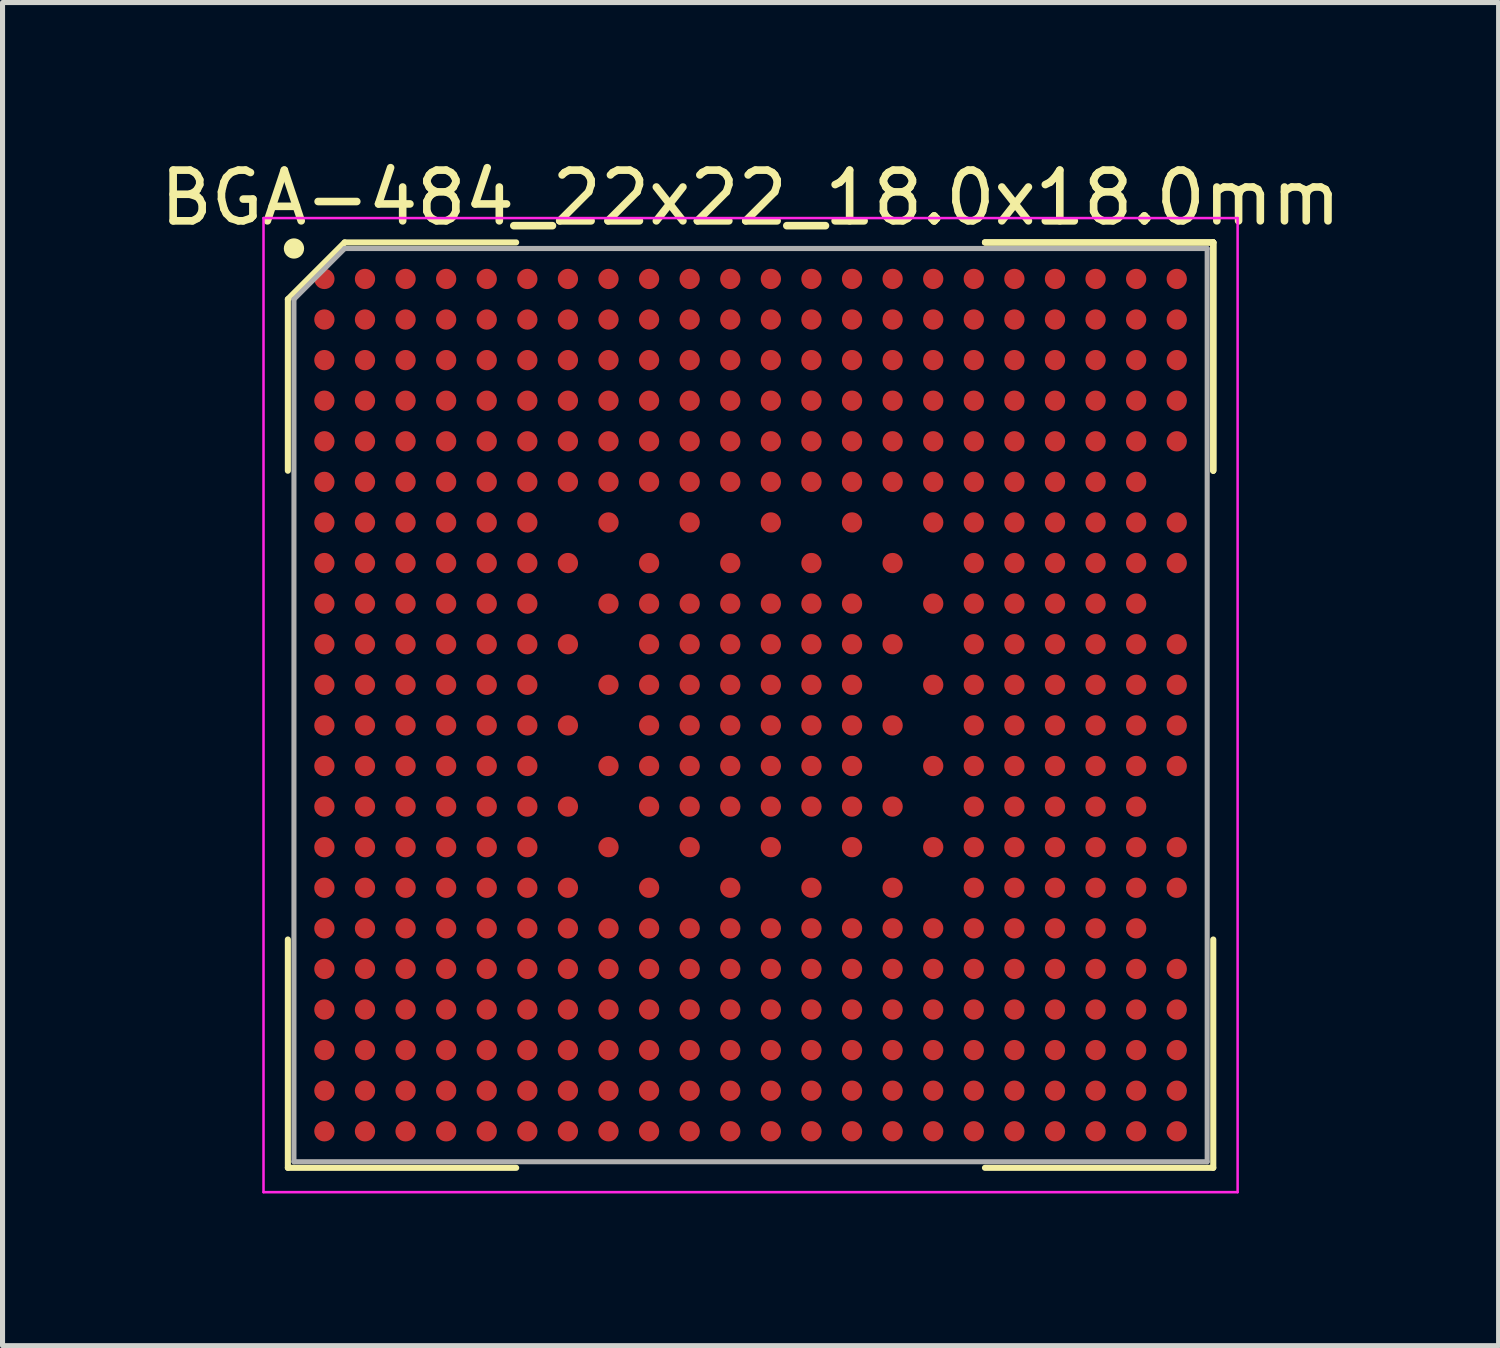
<source format=kicad_pcb>
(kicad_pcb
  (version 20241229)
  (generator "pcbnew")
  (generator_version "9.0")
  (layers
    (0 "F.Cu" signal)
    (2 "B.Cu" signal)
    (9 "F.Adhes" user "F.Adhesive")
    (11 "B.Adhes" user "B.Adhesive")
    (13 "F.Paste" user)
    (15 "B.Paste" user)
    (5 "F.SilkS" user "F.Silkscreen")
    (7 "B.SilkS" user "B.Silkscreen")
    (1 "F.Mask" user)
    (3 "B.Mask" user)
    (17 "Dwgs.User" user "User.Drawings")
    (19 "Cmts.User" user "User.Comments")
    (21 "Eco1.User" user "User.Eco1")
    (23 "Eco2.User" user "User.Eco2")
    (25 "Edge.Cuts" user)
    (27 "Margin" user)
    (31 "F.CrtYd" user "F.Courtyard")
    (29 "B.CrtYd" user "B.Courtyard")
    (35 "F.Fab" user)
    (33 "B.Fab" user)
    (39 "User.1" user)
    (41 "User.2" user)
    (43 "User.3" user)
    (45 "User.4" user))
  (footprint "BGA-484_22x22_18.0x18.0mm"
    (layer "F.Cu")
    (at 11.744 10.848)
    (property "Reference" "BGA-484_22x22_18.0x18.0mm" (at 0 -10 0) (layer "F.SilkS") (effects (font (size 1 1) (thickness 0.15))))
    (attr smd)
    (fp_line (start -9.12 -8) (end -9.12 -4.62) (stroke (width 0.12) (type solid)) (layer "F.SilkS"))
    (fp_line (start -9.12 9.12) (end -9.12 4.62) (stroke (width 0.12) (type solid)) (layer "F.SilkS"))
    (fp_line (start -8 -9.12) (end -9.12 -8) (stroke (width 0.12) (type solid)) (layer "F.SilkS"))
    (fp_line (start -4.62 -9.12) (end -8 -9.12) (stroke (width 0.12) (type solid)) (layer "F.SilkS"))
    (fp_line (start -4.62 9.12) (end -9.12 9.12) (stroke (width 0.12) (type solid)) (layer "F.SilkS"))
    (fp_line (start 4.62 -9.12) (end 9.12 -9.12) (stroke (width 0.12) (type solid)) (layer "F.SilkS"))
    (fp_line (start 4.62 -9.12) (end 9.12 -9.12) (stroke (width 0.12) (type solid)) (layer "F.SilkS"))
    (fp_line (start 4.62 -9.12) (end 9.12 -9.12) (stroke (width 0.12) (type solid)) (layer "F.SilkS"))
    (fp_line (start 4.62 9.12) (end 9.12 9.12) (stroke (width 0.12) (type solid)) (layer "F.SilkS"))
    (fp_line (start 9.12 -9.12) (end 9.12 -4.62) (stroke (width 0.12) (type solid)) (layer "F.SilkS"))
    (fp_line (start 9.12 -9.12) (end 9.12 -4.62) (stroke (width 0.12) (type solid)) (layer "F.SilkS"))
    (fp_line (start 9.12 -9.12) (end 9.12 -4.62) (stroke (width 0.12) (type solid)) (layer "F.SilkS"))
    (fp_line (start 9.12 9.12) (end 9.12 4.62) (stroke (width 0.12) (type solid)) (layer "F.SilkS"))
    (fp_circle (center -9 -9) (end -9 -8.9) (stroke (width 0.2) (type solid)) (fill no) (layer "F.SilkS"))
    (fp_line (start -9.6 -9.6) (end 9.6 -9.6) (stroke (width 0.05) (type solid)) (layer "F.CrtYd"))
    (fp_line (start -9.6 9.6) (end -9.6 -9.6) (stroke (width 0.05) (type solid)) (layer "F.CrtYd"))
    (fp_line (start 9.6 -9.6) (end 9.6 9.6) (stroke (width 0.05) (type solid)) (layer "F.CrtYd"))
    (fp_line (start 9.6 9.6) (end -9.6 9.6) (stroke (width 0.05) (type solid)) (layer "F.CrtYd"))
    (fp_line (start -9 -8) (end -9 9) (stroke (width 0.1) (type solid)) (layer "F.Fab"))
    (fp_line (start -9 9) (end 9 9) (stroke (width 0.1) (type solid)) (layer "F.Fab"))
    (fp_line (start -8 -9) (end -9 -8) (stroke (width 0.1) (type solid)) (layer "F.Fab"))
    (fp_line (start 9 -9) (end -8 -9) (stroke (width 0.1) (type solid)) (layer "F.Fab"))
    (fp_line (start 9 9) (end 9 -9) (stroke (width 0.1) (type solid)) (layer "F.Fab"))
    (pad "A1" smd circle (at -8.4 -8.4) (size 0.4 0.4) (layers "F.Cu" "F.Mask" "F.Paste"))
    (pad "A2" smd circle (at -7.6 -8.4) (size 0.4 0.4) (layers "F.Cu" "F.Mask" "F.Paste"))
    (pad "A3" smd circle (at -6.8 -8.4) (size 0.4 0.4) (layers "F.Cu" "F.Mask" "F.Paste"))
    (pad "A4" smd circle (at -6 -8.4) (size 0.4 0.4) (layers "F.Cu" "F.Mask" "F.Paste"))
    (pad "A5" smd circle (at -5.2 -8.4) (size 0.4 0.4) (layers "F.Cu" "F.Mask" "F.Paste"))
    (pad "A6" smd circle (at -4.4 -8.4) (size 0.4 0.4) (layers "F.Cu" "F.Mask" "F.Paste"))
    (pad "A7" smd circle (at -3.6 -8.4) (size 0.4 0.4) (layers "F.Cu" "F.Mask" "F.Paste"))
    (pad "A8" smd circle (at -2.8 -8.4) (size 0.4 0.4) (layers "F.Cu" "F.Mask" "F.Paste"))
    (pad "A9" smd circle (at -2 -8.4) (size 0.4 0.4) (layers "F.Cu" "F.Mask" "F.Paste"))
    (pad "A10" smd circle (at -1.2 -8.4) (size 0.4 0.4) (layers "F.Cu" "F.Mask" "F.Paste"))
    (pad "A11" smd circle (at -0.4 -8.4) (size 0.4 0.4) (layers "F.Cu" "F.Mask" "F.Paste"))
    (pad "A12" smd circle (at 0.4 -8.4) (size 0.4 0.4) (layers "F.Cu" "F.Mask" "F.Paste"))
    (pad "A13" smd circle (at 1.2 -8.4) (size 0.4 0.4) (layers "F.Cu" "F.Mask" "F.Paste"))
    (pad "A14" smd circle (at 2 -8.4) (size 0.4 0.4) (layers "F.Cu" "F.Mask" "F.Paste"))
    (pad "A15" smd circle (at 2.8 -8.4) (size 0.4 0.4) (layers "F.Cu" "F.Mask" "F.Paste"))
    (pad "A16" smd circle (at 3.6 -8.4) (size 0.4 0.4) (layers "F.Cu" "F.Mask" "F.Paste"))
    (pad "A17" smd circle (at 4.4 -8.4) (size 0.4 0.4) (layers "F.Cu" "F.Mask" "F.Paste"))
    (pad "A18" smd circle (at 5.2 -8.4) (size 0.4 0.4) (layers "F.Cu" "F.Mask" "F.Paste"))
    (pad "A19" smd circle (at 6 -8.4) (size 0.4 0.4) (layers "F.Cu" "F.Mask" "F.Paste"))
    (pad "A20" smd circle (at 6.8 -8.4) (size 0.4 0.4) (layers "F.Cu" "F.Mask" "F.Paste"))
    (pad "A21" smd circle (at 7.6 -8.4) (size 0.4 0.4) (layers "F.Cu" "F.Mask" "F.Paste"))
    (pad "A22" smd circle (at 8.4 -8.4) (size 0.4 0.4) (layers "F.Cu" "F.Mask" "F.Paste"))
    (pad "AA1" smd circle (at -8.4 7.6) (size 0.4 0.4) (layers "F.Cu" "F.Mask" "F.Paste"))
    (pad "AA2" smd circle (at -7.6 7.6) (size 0.4 0.4) (layers "F.Cu" "F.Mask" "F.Paste"))
    (pad "AA3" smd circle (at -6.8 7.6) (size 0.4 0.4) (layers "F.Cu" "F.Mask" "F.Paste"))
    (pad "AA4" smd circle (at -6 7.6) (size 0.4 0.4) (layers "F.Cu" "F.Mask" "F.Paste"))
    (pad "AA5" smd circle (at -5.2 7.6) (size 0.4 0.4) (layers "F.Cu" "F.Mask" "F.Paste"))
    (pad "AA6" smd circle (at -4.4 7.6) (size 0.4 0.4) (layers "F.Cu" "F.Mask" "F.Paste"))
    (pad "AA7" smd circle (at -3.6 7.6) (size 0.4 0.4) (layers "F.Cu" "F.Mask" "F.Paste"))
    (pad "AA8" smd circle (at -2.8 7.6) (size 0.4 0.4) (layers "F.Cu" "F.Mask" "F.Paste"))
    (pad "AA9" smd circle (at -2 7.6) (size 0.4 0.4) (layers "F.Cu" "F.Mask" "F.Paste"))
    (pad "AA10" smd circle (at -1.2 7.6) (size 0.4 0.4) (layers "F.Cu" "F.Mask" "F.Paste"))
    (pad "AA11" smd circle (at -0.4 7.6) (size 0.4 0.4) (layers "F.Cu" "F.Mask" "F.Paste"))
    (pad "AA12" smd circle (at 0.4 7.6) (size 0.4 0.4) (layers "F.Cu" "F.Mask" "F.Paste"))
    (pad "AA13" smd circle (at 1.2 7.6) (size 0.4 0.4) (layers "F.Cu" "F.Mask" "F.Paste"))
    (pad "AA14" smd circle (at 2 7.6) (size 0.4 0.4) (layers "F.Cu" "F.Mask" "F.Paste"))
    (pad "AA15" smd circle (at 2.8 7.6) (size 0.4 0.4) (layers "F.Cu" "F.Mask" "F.Paste"))
    (pad "AA16" smd circle (at 3.6 7.6) (size 0.4 0.4) (layers "F.Cu" "F.Mask" "F.Paste"))
    (pad "AA17" smd circle (at 4.4 7.6) (size 0.4 0.4) (layers "F.Cu" "F.Mask" "F.Paste"))
    (pad "AA18" smd circle (at 5.2 7.6) (size 0.4 0.4) (layers "F.Cu" "F.Mask" "F.Paste"))
    (pad "AA19" smd circle (at 6 7.6) (size 0.4 0.4) (layers "F.Cu" "F.Mask" "F.Paste"))
    (pad "AA20" smd circle (at 6.8 7.6) (size 0.4 0.4) (layers "F.Cu" "F.Mask" "F.Paste"))
    (pad "AA21" smd circle (at 7.6 7.6) (size 0.4 0.4) (layers "F.Cu" "F.Mask" "F.Paste"))
    (pad "AA22" smd circle (at 8.4 7.6) (size 0.4 0.4) (layers "F.Cu" "F.Mask" "F.Paste"))
    (pad "AB1" smd circle (at -8.4 8.4) (size 0.4 0.4) (layers "F.Cu" "F.Mask" "F.Paste"))
    (pad "AB2" smd circle (at -7.6 8.4) (size 0.4 0.4) (layers "F.Cu" "F.Mask" "F.Paste"))
    (pad "AB3" smd circle (at -6.8 8.4) (size 0.4 0.4) (layers "F.Cu" "F.Mask" "F.Paste"))
    (pad "AB4" smd circle (at -6 8.4) (size 0.4 0.4) (layers "F.Cu" "F.Mask" "F.Paste"))
    (pad "AB5" smd circle (at -5.2 8.4) (size 0.4 0.4) (layers "F.Cu" "F.Mask" "F.Paste"))
    (pad "AB6" smd circle (at -4.4 8.4) (size 0.4 0.4) (layers "F.Cu" "F.Mask" "F.Paste"))
    (pad "AB7" smd circle (at -3.6 8.4) (size 0.4 0.4) (layers "F.Cu" "F.Mask" "F.Paste"))
    (pad "AB8" smd circle (at -2.8 8.4) (size 0.4 0.4) (layers "F.Cu" "F.Mask" "F.Paste"))
    (pad "AB9" smd circle (at -2 8.4) (size 0.4 0.4) (layers "F.Cu" "F.Mask" "F.Paste"))
    (pad "AB10" smd circle (at -1.2 8.4) (size 0.4 0.4) (layers "F.Cu" "F.Mask" "F.Paste"))
    (pad "AB11" smd circle (at -0.4 8.4) (size 0.4 0.4) (layers "F.Cu" "F.Mask" "F.Paste"))
    (pad "AB12" smd circle (at 0.4 8.4) (size 0.4 0.4) (layers "F.Cu" "F.Mask" "F.Paste"))
    (pad "AB13" smd circle (at 1.2 8.4) (size 0.4 0.4) (layers "F.Cu" "F.Mask" "F.Paste"))
    (pad "AB14" smd circle (at 2 8.4) (size 0.4 0.4) (layers "F.Cu" "F.Mask" "F.Paste"))
    (pad "AB15" smd circle (at 2.8 8.4) (size 0.4 0.4) (layers "F.Cu" "F.Mask" "F.Paste"))
    (pad "AB16" smd circle (at 3.6 8.4) (size 0.4 0.4) (layers "F.Cu" "F.Mask" "F.Paste"))
    (pad "AB17" smd circle (at 4.4 8.4) (size 0.4 0.4) (layers "F.Cu" "F.Mask" "F.Paste"))
    (pad "AB18" smd circle (at 5.2 8.4) (size 0.4 0.4) (layers "F.Cu" "F.Mask" "F.Paste"))
    (pad "AB19" smd circle (at 6 8.4) (size 0.4 0.4) (layers "F.Cu" "F.Mask" "F.Paste"))
    (pad "AB20" smd circle (at 6.8 8.4) (size 0.4 0.4) (layers "F.Cu" "F.Mask" "F.Paste"))
    (pad "AB21" smd circle (at 7.6 8.4) (size 0.4 0.4) (layers "F.Cu" "F.Mask" "F.Paste"))
    (pad "AB22" smd circle (at 8.4 8.4) (size 0.4 0.4) (layers "F.Cu" "F.Mask" "F.Paste"))
    (pad "B1" smd circle (at -8.4 -7.6) (size 0.4 0.4) (layers "F.Cu" "F.Mask" "F.Paste"))
    (pad "B2" smd circle (at -7.6 -7.6) (size 0.4 0.4) (layers "F.Cu" "F.Mask" "F.Paste"))
    (pad "B3" smd circle (at -6.8 -7.6) (size 0.4 0.4) (layers "F.Cu" "F.Mask" "F.Paste"))
    (pad "B4" smd circle (at -6 -7.6) (size 0.4 0.4) (layers "F.Cu" "F.Mask" "F.Paste"))
    (pad "B5" smd circle (at -5.2 -7.6) (size 0.4 0.4) (layers "F.Cu" "F.Mask" "F.Paste"))
    (pad "B6" smd circle (at -4.4 -7.6) (size 0.4 0.4) (layers "F.Cu" "F.Mask" "F.Paste"))
    (pad "B7" smd circle (at -3.6 -7.6) (size 0.4 0.4) (layers "F.Cu" "F.Mask" "F.Paste"))
    (pad "B8" smd circle (at -2.8 -7.6) (size 0.4 0.4) (layers "F.Cu" "F.Mask" "F.Paste"))
    (pad "B9" smd circle (at -2 -7.6) (size 0.4 0.4) (layers "F.Cu" "F.Mask" "F.Paste"))
    (pad "B10" smd circle (at -1.2 -7.6) (size 0.4 0.4) (layers "F.Cu" "F.Mask" "F.Paste"))
    (pad "B11" smd circle (at -0.4 -7.6) (size 0.4 0.4) (layers "F.Cu" "F.Mask" "F.Paste"))
    (pad "B12" smd circle (at 0.4 -7.6) (size 0.4 0.4) (layers "F.Cu" "F.Mask" "F.Paste"))
    (pad "B13" smd circle (at 1.2 -7.6) (size 0.4 0.4) (layers "F.Cu" "F.Mask" "F.Paste"))
    (pad "B14" smd circle (at 2 -7.6) (size 0.4 0.4) (layers "F.Cu" "F.Mask" "F.Paste"))
    (pad "B15" smd circle (at 2.8 -7.6) (size 0.4 0.4) (layers "F.Cu" "F.Mask" "F.Paste"))
    (pad "B16" smd circle (at 3.6 -7.6) (size 0.4 0.4) (layers "F.Cu" "F.Mask" "F.Paste"))
    (pad "B17" smd circle (at 4.4 -7.6) (size 0.4 0.4) (layers "F.Cu" "F.Mask" "F.Paste"))
    (pad "B18" smd circle (at 5.2 -7.6) (size 0.4 0.4) (layers "F.Cu" "F.Mask" "F.Paste"))
    (pad "B19" smd circle (at 6 -7.6) (size 0.4 0.4) (layers "F.Cu" "F.Mask" "F.Paste"))
    (pad "B20" smd circle (at 6.8 -7.6) (size 0.4 0.4) (layers "F.Cu" "F.Mask" "F.Paste"))
    (pad "B21" smd circle (at 7.6 -7.6) (size 0.4 0.4) (layers "F.Cu" "F.Mask" "F.Paste"))
    (pad "B22" smd circle (at 8.4 -7.6) (size 0.4 0.4) (layers "F.Cu" "F.Mask" "F.Paste"))
    (pad "C1" smd circle (at -8.4 -6.8) (size 0.4 0.4) (layers "F.Cu" "F.Mask" "F.Paste"))
    (pad "C2" smd circle (at -7.6 -6.8) (size 0.4 0.4) (layers "F.Cu" "F.Mask" "F.Paste"))
    (pad "C3" smd circle (at -6.8 -6.8) (size 0.4 0.4) (layers "F.Cu" "F.Mask" "F.Paste"))
    (pad "C4" smd circle (at -6 -6.8) (size 0.4 0.4) (layers "F.Cu" "F.Mask" "F.Paste"))
    (pad "C5" smd circle (at -5.2 -6.8) (size 0.4 0.4) (layers "F.Cu" "F.Mask" "F.Paste"))
    (pad "C6" smd circle (at -4.4 -6.8) (size 0.4 0.4) (layers "F.Cu" "F.Mask" "F.Paste"))
    (pad "C7" smd circle (at -3.6 -6.8) (size 0.4 0.4) (layers "F.Cu" "F.Mask" "F.Paste"))
    (pad "C8" smd circle (at -2.8 -6.8) (size 0.4 0.4) (layers "F.Cu" "F.Mask" "F.Paste"))
    (pad "C9" smd circle (at -2 -6.8) (size 0.4 0.4) (layers "F.Cu" "F.Mask" "F.Paste"))
    (pad "C10" smd circle (at -1.2 -6.8) (size 0.4 0.4) (layers "F.Cu" "F.Mask" "F.Paste"))
    (pad "C11" smd circle (at -0.4 -6.8) (size 0.4 0.4) (layers "F.Cu" "F.Mask" "F.Paste"))
    (pad "C12" smd circle (at 0.4 -6.8) (size 0.4 0.4) (layers "F.Cu" "F.Mask" "F.Paste"))
    (pad "C13" smd circle (at 1.2 -6.8) (size 0.4 0.4) (layers "F.Cu" "F.Mask" "F.Paste"))
    (pad "C14" smd circle (at 2 -6.8) (size 0.4 0.4) (layers "F.Cu" "F.Mask" "F.Paste"))
    (pad "C15" smd circle (at 2.8 -6.8) (size 0.4 0.4) (layers "F.Cu" "F.Mask" "F.Paste"))
    (pad "C16" smd circle (at 3.6 -6.8) (size 0.4 0.4) (layers "F.Cu" "F.Mask" "F.Paste"))
    (pad "C17" smd circle (at 4.4 -6.8) (size 0.4 0.4) (layers "F.Cu" "F.Mask" "F.Paste"))
    (pad "C18" smd circle (at 5.2 -6.8) (size 0.4 0.4) (layers "F.Cu" "F.Mask" "F.Paste"))
    (pad "C19" smd circle (at 6 -6.8) (size 0.4 0.4) (layers "F.Cu" "F.Mask" "F.Paste"))
    (pad "C20" smd circle (at 6.8 -6.8) (size 0.4 0.4) (layers "F.Cu" "F.Mask" "F.Paste"))
    (pad "C21" smd circle (at 7.6 -6.8) (size 0.4 0.4) (layers "F.Cu" "F.Mask" "F.Paste"))
    (pad "C22" smd circle (at 8.4 -6.8) (size 0.4 0.4) (layers "F.Cu" "F.Mask" "F.Paste"))
    (pad "D1" smd circle (at -8.4 -6) (size 0.4 0.4) (layers "F.Cu" "F.Mask" "F.Paste"))
    (pad "D2" smd circle (at -7.6 -6) (size 0.4 0.4) (layers "F.Cu" "F.Mask" "F.Paste"))
    (pad "D3" smd circle (at -6.8 -6) (size 0.4 0.4) (layers "F.Cu" "F.Mask" "F.Paste"))
    (pad "D4" smd circle (at -6 -6) (size 0.4 0.4) (layers "F.Cu" "F.Mask" "F.Paste"))
    (pad "D5" smd circle (at -5.2 -6) (size 0.4 0.4) (layers "F.Cu" "F.Mask" "F.Paste"))
    (pad "D6" smd circle (at -4.4 -6) (size 0.4 0.4) (layers "F.Cu" "F.Mask" "F.Paste"))
    (pad "D7" smd circle (at -3.6 -6) (size 0.4 0.4) (layers "F.Cu" "F.Mask" "F.Paste"))
    (pad "D8" smd circle (at -2.8 -6) (size 0.4 0.4) (layers "F.Cu" "F.Mask" "F.Paste"))
    (pad "D9" smd circle (at -2 -6) (size 0.4 0.4) (layers "F.Cu" "F.Mask" "F.Paste"))
    (pad "D10" smd circle (at -1.2 -6) (size 0.4 0.4) (layers "F.Cu" "F.Mask" "F.Paste"))
    (pad "D11" smd circle (at -0.4 -6) (size 0.4 0.4) (layers "F.Cu" "F.Mask" "F.Paste"))
    (pad "D12" smd circle (at 0.4 -6) (size 0.4 0.4) (layers "F.Cu" "F.Mask" "F.Paste"))
    (pad "D13" smd circle (at 1.2 -6) (size 0.4 0.4) (layers "F.Cu" "F.Mask" "F.Paste"))
    (pad "D14" smd circle (at 2 -6) (size 0.4 0.4) (layers "F.Cu" "F.Mask" "F.Paste"))
    (pad "D15" smd circle (at 2.8 -6) (size 0.4 0.4) (layers "F.Cu" "F.Mask" "F.Paste"))
    (pad "D16" smd circle (at 3.6 -6) (size 0.4 0.4) (layers "F.Cu" "F.Mask" "F.Paste"))
    (pad "D17" smd circle (at 4.4 -6) (size 0.4 0.4) (layers "F.Cu" "F.Mask" "F.Paste"))
    (pad "D18" smd circle (at 5.2 -6) (size 0.4 0.4) (layers "F.Cu" "F.Mask" "F.Paste"))
    (pad "D19" smd circle (at 6 -6) (size 0.4 0.4) (layers "F.Cu" "F.Mask" "F.Paste"))
    (pad "D20" smd circle (at 6.8 -6) (size 0.4 0.4) (layers "F.Cu" "F.Mask" "F.Paste"))
    (pad "D21" smd circle (at 7.6 -6) (size 0.4 0.4) (layers "F.Cu" "F.Mask" "F.Paste"))
    (pad "D22" smd circle (at 8.4 -6) (size 0.4 0.4) (layers "F.Cu" "F.Mask" "F.Paste"))
    (pad "E1" smd circle (at -8.4 -5.2) (size 0.4 0.4) (layers "F.Cu" "F.Mask" "F.Paste"))
    (pad "E2" smd circle (at -7.6 -5.2) (size 0.4 0.4) (layers "F.Cu" "F.Mask" "F.Paste"))
    (pad "E3" smd circle (at -6.8 -5.2) (size 0.4 0.4) (layers "F.Cu" "F.Mask" "F.Paste"))
    (pad "E4" smd circle (at -6 -5.2) (size 0.4 0.4) (layers "F.Cu" "F.Mask" "F.Paste"))
    (pad "E5" smd circle (at -5.2 -5.2) (size 0.4 0.4) (layers "F.Cu" "F.Mask" "F.Paste"))
    (pad "E6" smd circle (at -4.4 -5.2) (size 0.4 0.4) (layers "F.Cu" "F.Mask" "F.Paste"))
    (pad "E7" smd circle (at -3.6 -5.2) (size 0.4 0.4) (layers "F.Cu" "F.Mask" "F.Paste"))
    (pad "E8" smd circle (at -2.8 -5.2) (size 0.4 0.4) (layers "F.Cu" "F.Mask" "F.Paste"))
    (pad "E9" smd circle (at -2 -5.2) (size 0.4 0.4) (layers "F.Cu" "F.Mask" "F.Paste"))
    (pad "E10" smd circle (at -1.2 -5.2) (size 0.4 0.4) (layers "F.Cu" "F.Mask" "F.Paste"))
    (pad "E11" smd circle (at -0.4 -5.2) (size 0.4 0.4) (layers "F.Cu" "F.Mask" "F.Paste"))
    (pad "E12" smd circle (at 0.4 -5.2) (size 0.4 0.4) (layers "F.Cu" "F.Mask" "F.Paste"))
    (pad "E13" smd circle (at 1.2 -5.2) (size 0.4 0.4) (layers "F.Cu" "F.Mask" "F.Paste"))
    (pad "E14" smd circle (at 2 -5.2) (size 0.4 0.4) (layers "F.Cu" "F.Mask" "F.Paste"))
    (pad "E15" smd circle (at 2.8 -5.2) (size 0.4 0.4) (layers "F.Cu" "F.Mask" "F.Paste"))
    (pad "E16" smd circle (at 3.6 -5.2) (size 0.4 0.4) (layers "F.Cu" "F.Mask" "F.Paste"))
    (pad "E17" smd circle (at 4.4 -5.2) (size 0.4 0.4) (layers "F.Cu" "F.Mask" "F.Paste"))
    (pad "E18" smd circle (at 5.2 -5.2) (size 0.4 0.4) (layers "F.Cu" "F.Mask" "F.Paste"))
    (pad "E19" smd circle (at 6 -5.2) (size 0.4 0.4) (layers "F.Cu" "F.Mask" "F.Paste"))
    (pad "E20" smd circle (at 6.8 -5.2) (size 0.4 0.4) (layers "F.Cu" "F.Mask" "F.Paste"))
    (pad "E21" smd circle (at 7.6 -5.2) (size 0.4 0.4) (layers "F.Cu" "F.Mask" "F.Paste"))
    (pad "E22" smd circle (at 8.4 -5.2) (size 0.4 0.4) (layers "F.Cu" "F.Mask" "F.Paste"))
    (pad "F1" smd circle (at -8.4 -4.4) (size 0.4 0.4) (layers "F.Cu" "F.Mask" "F.Paste"))
    (pad "F2" smd circle (at -7.6 -4.4) (size 0.4 0.4) (layers "F.Cu" "F.Mask" "F.Paste"))
    (pad "F3" smd circle (at -6.8 -4.4) (size 0.4 0.4) (layers "F.Cu" "F.Mask" "F.Paste"))
    (pad "F4" smd circle (at -6 -4.4) (size 0.4 0.4) (layers "F.Cu" "F.Mask" "F.Paste"))
    (pad "F5" smd circle (at -5.2 -4.4) (size 0.4 0.4) (layers "F.Cu" "F.Mask" "F.Paste"))
    (pad "F6" smd circle (at -4.4 -4.4) (size 0.4 0.4) (layers "F.Cu" "F.Mask" "F.Paste"))
    (pad "F7" smd circle (at -3.6 -4.4) (size 0.4 0.4) (layers "F.Cu" "F.Mask" "F.Paste"))
    (pad "F8" smd circle (at -2.8 -4.4) (size 0.4 0.4) (layers "F.Cu" "F.Mask" "F.Paste"))
    (pad "F9" smd circle (at -2 -4.4) (size 0.4 0.4) (layers "F.Cu" "F.Mask" "F.Paste"))
    (pad "F10" smd circle (at -1.2 -4.4) (size 0.4 0.4) (layers "F.Cu" "F.Mask" "F.Paste"))
    (pad "F11" smd circle (at -0.4 -4.4) (size 0.4 0.4) (layers "F.Cu" "F.Mask" "F.Paste"))
    (pad "F12" smd circle (at 0.4 -4.4) (size 0.4 0.4) (layers "F.Cu" "F.Mask" "F.Paste"))
    (pad "F13" smd circle (at 1.2 -4.4) (size 0.4 0.4) (layers "F.Cu" "F.Mask" "F.Paste"))
    (pad "F14" smd circle (at 2 -4.4) (size 0.4 0.4) (layers "F.Cu" "F.Mask" "F.Paste"))
    (pad "F15" smd circle (at 2.8 -4.4) (size 0.4 0.4) (layers "F.Cu" "F.Mask" "F.Paste"))
    (pad "F16" smd circle (at 3.6 -4.4) (size 0.4 0.4) (layers "F.Cu" "F.Mask" "F.Paste"))
    (pad "F17" smd circle (at 4.4 -4.4) (size 0.4 0.4) (layers "F.Cu" "F.Mask" "F.Paste"))
    (pad "F18" smd circle (at 5.2 -4.4) (size 0.4 0.4) (layers "F.Cu" "F.Mask" "F.Paste"))
    (pad "F19" smd circle (at 6 -4.4) (size 0.4 0.4) (layers "F.Cu" "F.Mask" "F.Paste"))
    (pad "F20" smd circle (at 6.8 -4.4) (size 0.4 0.4) (layers "F.Cu" "F.Mask" "F.Paste"))
    (pad "F21" smd circle (at 7.6 -4.4) (size 0.4 0.4) (layers "F.Cu" "F.Mask" "F.Paste"))
    (pad "G1" smd circle (at -8.4 -3.6) (size 0.4 0.4) (layers "F.Cu" "F.Mask" "F.Paste"))
    (pad "G2" smd circle (at -7.6 -3.6) (size 0.4 0.4) (layers "F.Cu" "F.Mask" "F.Paste"))
    (pad "G3" smd circle (at -6.8 -3.6) (size 0.4 0.4) (layers "F.Cu" "F.Mask" "F.Paste"))
    (pad "G4" smd circle (at -6 -3.6) (size 0.4 0.4) (layers "F.Cu" "F.Mask" "F.Paste"))
    (pad "G5" smd circle (at -5.2 -3.6) (size 0.4 0.4) (layers "F.Cu" "F.Mask" "F.Paste"))
    (pad "G6" smd circle (at -4.4 -3.6) (size 0.4 0.4) (layers "F.Cu" "F.Mask" "F.Paste"))
    (pad "G8" smd circle (at -2.8 -3.6) (size 0.4 0.4) (layers "F.Cu" "F.Mask" "F.Paste"))
    (pad "G10" smd circle (at -1.2 -3.6) (size 0.4 0.4) (layers "F.Cu" "F.Mask" "F.Paste"))
    (pad "G12" smd circle (at 0.4 -3.6) (size 0.4 0.4) (layers "F.Cu" "F.Mask" "F.Paste"))
    (pad "G14" smd circle (at 2 -3.6) (size 0.4 0.4) (layers "F.Cu" "F.Mask" "F.Paste"))
    (pad "G16" smd circle (at 3.6 -3.6) (size 0.4 0.4) (layers "F.Cu" "F.Mask" "F.Paste"))
    (pad "G17" smd circle (at 4.4 -3.6) (size 0.4 0.4) (layers "F.Cu" "F.Mask" "F.Paste"))
    (pad "G18" smd circle (at 5.2 -3.6) (size 0.4 0.4) (layers "F.Cu" "F.Mask" "F.Paste"))
    (pad "G19" smd circle (at 6 -3.6) (size 0.4 0.4) (layers "F.Cu" "F.Mask" "F.Paste"))
    (pad "G20" smd circle (at 6.8 -3.6) (size 0.4 0.4) (layers "F.Cu" "F.Mask" "F.Paste"))
    (pad "G21" smd circle (at 7.6 -3.6) (size 0.4 0.4) (layers "F.Cu" "F.Mask" "F.Paste"))
    (pad "G22" smd circle (at 8.4 -3.6) (size 0.4 0.4) (layers "F.Cu" "F.Mask" "F.Paste"))
    (pad "H1" smd circle (at -8.4 -2.8) (size 0.4 0.4) (layers "F.Cu" "F.Mask" "F.Paste"))
    (pad "H2" smd circle (at -7.6 -2.8) (size 0.4 0.4) (layers "F.Cu" "F.Mask" "F.Paste"))
    (pad "H3" smd circle (at -6.8 -2.8) (size 0.4 0.4) (layers "F.Cu" "F.Mask" "F.Paste"))
    (pad "H4" smd circle (at -6 -2.8) (size 0.4 0.4) (layers "F.Cu" "F.Mask" "F.Paste"))
    (pad "H5" smd circle (at -5.2 -2.8) (size 0.4 0.4) (layers "F.Cu" "F.Mask" "F.Paste"))
    (pad "H6" smd circle (at -4.4 -2.8) (size 0.4 0.4) (layers "F.Cu" "F.Mask" "F.Paste"))
    (pad "H7" smd circle (at -3.6 -2.8) (size 0.4 0.4) (layers "F.Cu" "F.Mask" "F.Paste"))
    (pad "H9" smd circle (at -2 -2.8) (size 0.4 0.4) (layers "F.Cu" "F.Mask" "F.Paste"))
    (pad "H11" smd circle (at -0.4 -2.8) (size 0.4 0.4) (layers "F.Cu" "F.Mask" "F.Paste"))
    (pad "H13" smd circle (at 1.2 -2.8) (size 0.4 0.4) (layers "F.Cu" "F.Mask" "F.Paste"))
    (pad "H15" smd circle (at 2.8 -2.8) (size 0.4 0.4) (layers "F.Cu" "F.Mask" "F.Paste"))
    (pad "H17" smd circle (at 4.4 -2.8) (size 0.4 0.4) (layers "F.Cu" "F.Mask" "F.Paste"))
    (pad "H18" smd circle (at 5.2 -2.8) (size 0.4 0.4) (layers "F.Cu" "F.Mask" "F.Paste"))
    (pad "H19" smd circle (at 6 -2.8) (size 0.4 0.4) (layers "F.Cu" "F.Mask" "F.Paste"))
    (pad "H20" smd circle (at 6.8 -2.8) (size 0.4 0.4) (layers "F.Cu" "F.Mask" "F.Paste"))
    (pad "H21" smd circle (at 7.6 -2.8) (size 0.4 0.4) (layers "F.Cu" "F.Mask" "F.Paste"))
    (pad "H22" smd circle (at 8.4 -2.8) (size 0.4 0.4) (layers "F.Cu" "F.Mask" "F.Paste"))
    (pad "J1" smd circle (at -8.4 -2) (size 0.4 0.4) (layers "F.Cu" "F.Mask" "F.Paste"))
    (pad "J2" smd circle (at -7.6 -2) (size 0.4 0.4) (layers "F.Cu" "F.Mask" "F.Paste"))
    (pad "J3" smd circle (at -6.8 -2) (size 0.4 0.4) (layers "F.Cu" "F.Mask" "F.Paste"))
    (pad "J4" smd circle (at -6 -2) (size 0.4 0.4) (layers "F.Cu" "F.Mask" "F.Paste"))
    (pad "J5" smd circle (at -5.2 -2) (size 0.4 0.4) (layers "F.Cu" "F.Mask" "F.Paste"))
    (pad "J6" smd circle (at -4.4 -2) (size 0.4 0.4) (layers "F.Cu" "F.Mask" "F.Paste"))
    (pad "J8" smd circle (at -2.8 -2) (size 0.4 0.4) (layers "F.Cu" "F.Mask" "F.Paste"))
    (pad "J9" smd circle (at -2 -2) (size 0.4 0.4) (layers "F.Cu" "F.Mask" "F.Paste"))
    (pad "J10" smd circle (at -1.2 -2) (size 0.4 0.4) (layers "F.Cu" "F.Mask" "F.Paste"))
    (pad "J11" smd circle (at -0.4 -2) (size 0.4 0.4) (layers "F.Cu" "F.Mask" "F.Paste"))
    (pad "J12" smd circle (at 0.4 -2) (size 0.4 0.4) (layers "F.Cu" "F.Mask" "F.Paste"))
    (pad "J13" smd circle (at 1.2 -2) (size 0.4 0.4) (layers "F.Cu" "F.Mask" "F.Paste"))
    (pad "J14" smd circle (at 2 -2) (size 0.4 0.4) (layers "F.Cu" "F.Mask" "F.Paste"))
    (pad "J16" smd circle (at 3.6 -2) (size 0.4 0.4) (layers "F.Cu" "F.Mask" "F.Paste"))
    (pad "J17" smd circle (at 4.4 -2) (size 0.4 0.4) (layers "F.Cu" "F.Mask" "F.Paste"))
    (pad "J18" smd circle (at 5.2 -2) (size 0.4 0.4) (layers "F.Cu" "F.Mask" "F.Paste"))
    (pad "J19" smd circle (at 6 -2) (size 0.4 0.4) (layers "F.Cu" "F.Mask" "F.Paste"))
    (pad "J20" smd circle (at 6.8 -2) (size 0.4 0.4) (layers "F.Cu" "F.Mask" "F.Paste"))
    (pad "J21" smd circle (at 7.6 -2) (size 0.4 0.4) (layers "F.Cu" "F.Mask" "F.Paste"))
    (pad "K1" smd circle (at -8.4 -1.2) (size 0.4 0.4) (layers "F.Cu" "F.Mask" "F.Paste"))
    (pad "K2" smd circle (at -7.6 -1.2) (size 0.4 0.4) (layers "F.Cu" "F.Mask" "F.Paste"))
    (pad "K3" smd circle (at -6.8 -1.2) (size 0.4 0.4) (layers "F.Cu" "F.Mask" "F.Paste"))
    (pad "K4" smd circle (at -6 -1.2) (size 0.4 0.4) (layers "F.Cu" "F.Mask" "F.Paste"))
    (pad "K5" smd circle (at -5.2 -1.2) (size 0.4 0.4) (layers "F.Cu" "F.Mask" "F.Paste"))
    (pad "K6" smd circle (at -4.4 -1.2) (size 0.4 0.4) (layers "F.Cu" "F.Mask" "F.Paste"))
    (pad "K7" smd circle (at -3.6 -1.2) (size 0.4 0.4) (layers "F.Cu" "F.Mask" "F.Paste"))
    (pad "K9" smd circle (at -2 -1.2) (size 0.4 0.4) (layers "F.Cu" "F.Mask" "F.Paste"))
    (pad "K10" smd circle (at -1.2 -1.2) (size 0.4 0.4) (layers "F.Cu" "F.Mask" "F.Paste"))
    (pad "K11" smd circle (at -0.4 -1.2) (size 0.4 0.4) (layers "F.Cu" "F.Mask" "F.Paste"))
    (pad "K12" smd circle (at 0.4 -1.2) (size 0.4 0.4) (layers "F.Cu" "F.Mask" "F.Paste"))
    (pad "K13" smd circle (at 1.2 -1.2) (size 0.4 0.4) (layers "F.Cu" "F.Mask" "F.Paste"))
    (pad "K14" smd circle (at 2 -1.2) (size 0.4 0.4) (layers "F.Cu" "F.Mask" "F.Paste"))
    (pad "K15" smd circle (at 2.8 -1.2) (size 0.4 0.4) (layers "F.Cu" "F.Mask" "F.Paste"))
    (pad "K17" smd circle (at 4.4 -1.2) (size 0.4 0.4) (layers "F.Cu" "F.Mask" "F.Paste"))
    (pad "K18" smd circle (at 5.2 -1.2) (size 0.4 0.4) (layers "F.Cu" "F.Mask" "F.Paste"))
    (pad "K19" smd circle (at 6 -1.2) (size 0.4 0.4) (layers "F.Cu" "F.Mask" "F.Paste"))
    (pad "K20" smd circle (at 6.8 -1.2) (size 0.4 0.4) (layers "F.Cu" "F.Mask" "F.Paste"))
    (pad "K21" smd circle (at 7.6 -1.2) (size 0.4 0.4) (layers "F.Cu" "F.Mask" "F.Paste"))
    (pad "K22" smd circle (at 8.4 -1.2) (size 0.4 0.4) (layers "F.Cu" "F.Mask" "F.Paste"))
    (pad "L1" smd circle (at -8.4 -0.4) (size 0.4 0.4) (layers "F.Cu" "F.Mask" "F.Paste"))
    (pad "L2" smd circle (at -7.6 -0.4) (size 0.4 0.4) (layers "F.Cu" "F.Mask" "F.Paste"))
    (pad "L3" smd circle (at -6.8 -0.4) (size 0.4 0.4) (layers "F.Cu" "F.Mask" "F.Paste"))
    (pad "L4" smd circle (at -6 -0.4) (size 0.4 0.4) (layers "F.Cu" "F.Mask" "F.Paste"))
    (pad "L5" smd circle (at -5.2 -0.4) (size 0.4 0.4) (layers "F.Cu" "F.Mask" "F.Paste"))
    (pad "L6" smd circle (at -4.4 -0.4) (size 0.4 0.4) (layers "F.Cu" "F.Mask" "F.Paste"))
    (pad "L8" smd circle (at -2.8 -0.4) (size 0.4 0.4) (layers "F.Cu" "F.Mask" "F.Paste"))
    (pad "L9" smd circle (at -2 -0.4) (size 0.4 0.4) (layers "F.Cu" "F.Mask" "F.Paste"))
    (pad "L10" smd circle (at -1.2 -0.4) (size 0.4 0.4) (layers "F.Cu" "F.Mask" "F.Paste"))
    (pad "L11" smd circle (at -0.4 -0.4) (size 0.4 0.4) (layers "F.Cu" "F.Mask" "F.Paste"))
    (pad "L12" smd circle (at 0.4 -0.4) (size 0.4 0.4) (layers "F.Cu" "F.Mask" "F.Paste"))
    (pad "L13" smd circle (at 1.2 -0.4) (size 0.4 0.4) (layers "F.Cu" "F.Mask" "F.Paste"))
    (pad "L14" smd circle (at 2 -0.4) (size 0.4 0.4) (layers "F.Cu" "F.Mask" "F.Paste"))
    (pad "L16" smd circle (at 3.6 -0.4) (size 0.4 0.4) (layers "F.Cu" "F.Mask" "F.Paste"))
    (pad "L17" smd circle (at 4.4 -0.4) (size 0.4 0.4) (layers "F.Cu" "F.Mask" "F.Paste"))
    (pad "L18" smd circle (at 5.2 -0.4) (size 0.4 0.4) (layers "F.Cu" "F.Mask" "F.Paste"))
    (pad "L19" smd circle (at 6 -0.4) (size 0.4 0.4) (layers "F.Cu" "F.Mask" "F.Paste"))
    (pad "L20" smd circle (at 6.8 -0.4) (size 0.4 0.4) (layers "F.Cu" "F.Mask" "F.Paste"))
    (pad "L21" smd circle (at 7.6 -0.4) (size 0.4 0.4) (layers "F.Cu" "F.Mask" "F.Paste"))
    (pad "L22" smd circle (at 8.4 -0.4) (size 0.4 0.4) (layers "F.Cu" "F.Mask" "F.Paste"))
    (pad "M1" smd circle (at -8.4 0.4) (size 0.4 0.4) (layers "F.Cu" "F.Mask" "F.Paste"))
    (pad "M2" smd circle (at -7.6 0.4) (size 0.4 0.4) (layers "F.Cu" "F.Mask" "F.Paste"))
    (pad "M3" smd circle (at -6.8 0.4) (size 0.4 0.4) (layers "F.Cu" "F.Mask" "F.Paste"))
    (pad "M4" smd circle (at -6 0.4) (size 0.4 0.4) (layers "F.Cu" "F.Mask" "F.Paste"))
    (pad "M5" smd circle (at -5.2 0.4) (size 0.4 0.4) (layers "F.Cu" "F.Mask" "F.Paste"))
    (pad "M6" smd circle (at -4.4 0.4) (size 0.4 0.4) (layers "F.Cu" "F.Mask" "F.Paste"))
    (pad "M7" smd circle (at -3.6 0.4) (size 0.4 0.4) (layers "F.Cu" "F.Mask" "F.Paste"))
    (pad "M9" smd circle (at -2 0.4) (size 0.4 0.4) (layers "F.Cu" "F.Mask" "F.Paste"))
    (pad "M10" smd circle (at -1.2 0.4) (size 0.4 0.4) (layers "F.Cu" "F.Mask" "F.Paste"))
    (pad "M11" smd circle (at -0.4 0.4) (size 0.4 0.4) (layers "F.Cu" "F.Mask" "F.Paste"))
    (pad "M12" smd circle (at 0.4 0.4) (size 0.4 0.4) (layers "F.Cu" "F.Mask" "F.Paste"))
    (pad "M13" smd circle (at 1.2 0.4) (size 0.4 0.4) (layers "F.Cu" "F.Mask" "F.Paste"))
    (pad "M14" smd circle (at 2 0.4) (size 0.4 0.4) (layers "F.Cu" "F.Mask" "F.Paste"))
    (pad "M15" smd circle (at 2.8 0.4) (size 0.4 0.4) (layers "F.Cu" "F.Mask" "F.Paste"))
    (pad "M17" smd circle (at 4.4 0.4) (size 0.4 0.4) (layers "F.Cu" "F.Mask" "F.Paste"))
    (pad "M18" smd circle (at 5.2 0.4) (size 0.4 0.4) (layers "F.Cu" "F.Mask" "F.Paste"))
    (pad "M19" smd circle (at 6 0.4) (size 0.4 0.4) (layers "F.Cu" "F.Mask" "F.Paste"))
    (pad "M20" smd circle (at 6.8 0.4) (size 0.4 0.4) (layers "F.Cu" "F.Mask" "F.Paste"))
    (pad "M21" smd circle (at 7.6 0.4) (size 0.4 0.4) (layers "F.Cu" "F.Mask" "F.Paste"))
    (pad "M22" smd circle (at 8.4 0.4) (size 0.4 0.4) (layers "F.Cu" "F.Mask" "F.Paste"))
    (pad "N1" smd circle (at -8.4 1.2) (size 0.4 0.4) (layers "F.Cu" "F.Mask" "F.Paste"))
    (pad "N2" smd circle (at -7.6 1.2) (size 0.4 0.4) (layers "F.Cu" "F.Mask" "F.Paste"))
    (pad "N3" smd circle (at -6.8 1.2) (size 0.4 0.4) (layers "F.Cu" "F.Mask" "F.Paste"))
    (pad "N4" smd circle (at -6 1.2) (size 0.4 0.4) (layers "F.Cu" "F.Mask" "F.Paste"))
    (pad "N5" smd circle (at -5.2 1.2) (size 0.4 0.4) (layers "F.Cu" "F.Mask" "F.Paste"))
    (pad "N6" smd circle (at -4.4 1.2) (size 0.4 0.4) (layers "F.Cu" "F.Mask" "F.Paste"))
    (pad "N8" smd circle (at -2.8 1.2) (size 0.4 0.4) (layers "F.Cu" "F.Mask" "F.Paste"))
    (pad "N9" smd circle (at -2 1.2) (size 0.4 0.4) (layers "F.Cu" "F.Mask" "F.Paste"))
    (pad "N10" smd circle (at -1.2 1.2) (size 0.4 0.4) (layers "F.Cu" "F.Mask" "F.Paste"))
    (pad "N11" smd circle (at -0.4 1.2) (size 0.4 0.4) (layers "F.Cu" "F.Mask" "F.Paste"))
    (pad "N12" smd circle (at 0.4 1.2) (size 0.4 0.4) (layers "F.Cu" "F.Mask" "F.Paste"))
    (pad "N13" smd circle (at 1.2 1.2) (size 0.4 0.4) (layers "F.Cu" "F.Mask" "F.Paste"))
    (pad "N14" smd circle (at 2 1.2) (size 0.4 0.4) (layers "F.Cu" "F.Mask" "F.Paste"))
    (pad "N16" smd circle (at 3.6 1.2) (size 0.4 0.4) (layers "F.Cu" "F.Mask" "F.Paste"))
    (pad "N17" smd circle (at 4.4 1.2) (size 0.4 0.4) (layers "F.Cu" "F.Mask" "F.Paste"))
    (pad "N18" smd circle (at 5.2 1.2) (size 0.4 0.4) (layers "F.Cu" "F.Mask" "F.Paste"))
    (pad "N19" smd circle (at 6 1.2) (size 0.4 0.4) (layers "F.Cu" "F.Mask" "F.Paste"))
    (pad "N20" smd circle (at 6.8 1.2) (size 0.4 0.4) (layers "F.Cu" "F.Mask" "F.Paste"))
    (pad "N21" smd circle (at 7.6 1.2) (size 0.4 0.4) (layers "F.Cu" "F.Mask" "F.Paste"))
    (pad "N22" smd circle (at 8.4 1.2) (size 0.4 0.4) (layers "F.Cu" "F.Mask" "F.Paste"))
    (pad "P1" smd circle (at -8.4 2) (size 0.4 0.4) (layers "F.Cu" "F.Mask" "F.Paste"))
    (pad "P2" smd circle (at -7.6 2) (size 0.4 0.4) (layers "F.Cu" "F.Mask" "F.Paste"))
    (pad "P3" smd circle (at -6.8 2) (size 0.4 0.4) (layers "F.Cu" "F.Mask" "F.Paste"))
    (pad "P4" smd circle (at -6 2) (size 0.4 0.4) (layers "F.Cu" "F.Mask" "F.Paste"))
    (pad "P5" smd circle (at -5.2 2) (size 0.4 0.4) (layers "F.Cu" "F.Mask" "F.Paste"))
    (pad "P6" smd circle (at -4.4 2) (size 0.4 0.4) (layers "F.Cu" "F.Mask" "F.Paste"))
    (pad "P7" smd circle (at -3.6 2) (size 0.4 0.4) (layers "F.Cu" "F.Mask" "F.Paste"))
    (pad "P9" smd circle (at -2 2) (size 0.4 0.4) (layers "F.Cu" "F.Mask" "F.Paste"))
    (pad "P10" smd circle (at -1.2 2) (size 0.4 0.4) (layers "F.Cu" "F.Mask" "F.Paste"))
    (pad "P11" smd circle (at -0.4 2) (size 0.4 0.4) (layers "F.Cu" "F.Mask" "F.Paste"))
    (pad "P12" smd circle (at 0.4 2) (size 0.4 0.4) (layers "F.Cu" "F.Mask" "F.Paste"))
    (pad "P13" smd circle (at 1.2 2) (size 0.4 0.4) (layers "F.Cu" "F.Mask" "F.Paste"))
    (pad "P14" smd circle (at 2 2) (size 0.4 0.4) (layers "F.Cu" "F.Mask" "F.Paste"))
    (pad "P15" smd circle (at 2.8 2) (size 0.4 0.4) (layers "F.Cu" "F.Mask" "F.Paste"))
    (pad "P17" smd circle (at 4.4 2) (size 0.4 0.4) (layers "F.Cu" "F.Mask" "F.Paste"))
    (pad "P18" smd circle (at 5.2 2) (size 0.4 0.4) (layers "F.Cu" "F.Mask" "F.Paste"))
    (pad "P19" smd circle (at 6 2) (size 0.4 0.4) (layers "F.Cu" "F.Mask" "F.Paste"))
    (pad "P20" smd circle (at 6.8 2) (size 0.4 0.4) (layers "F.Cu" "F.Mask" "F.Paste"))
    (pad "P21" smd circle (at 7.6 2) (size 0.4 0.4) (layers "F.Cu" "F.Mask" "F.Paste"))
    (pad "R1" smd circle (at -8.4 2.8) (size 0.4 0.4) (layers "F.Cu" "F.Mask" "F.Paste"))
    (pad "R2" smd circle (at -7.6 2.8) (size 0.4 0.4) (layers "F.Cu" "F.Mask" "F.Paste"))
    (pad "R3" smd circle (at -6.8 2.8) (size 0.4 0.4) (layers "F.Cu" "F.Mask" "F.Paste"))
    (pad "R4" smd circle (at -6 2.8) (size 0.4 0.4) (layers "F.Cu" "F.Mask" "F.Paste"))
    (pad "R5" smd circle (at -5.2 2.8) (size 0.4 0.4) (layers "F.Cu" "F.Mask" "F.Paste"))
    (pad "R6" smd circle (at -4.4 2.8) (size 0.4 0.4) (layers "F.Cu" "F.Mask" "F.Paste"))
    (pad "R8" smd circle (at -2.8 2.8) (size 0.4 0.4) (layers "F.Cu" "F.Mask" "F.Paste"))
    (pad "R10" smd circle (at -1.2 2.8) (size 0.4 0.4) (layers "F.Cu" "F.Mask" "F.Paste"))
    (pad "R12" smd circle (at 0.4 2.8) (size 0.4 0.4) (layers "F.Cu" "F.Mask" "F.Paste"))
    (pad "R14" smd circle (at 2 2.8) (size 0.4 0.4) (layers "F.Cu" "F.Mask" "F.Paste"))
    (pad "R16" smd circle (at 3.6 2.8) (size 0.4 0.4) (layers "F.Cu" "F.Mask" "F.Paste"))
    (pad "R17" smd circle (at 4.4 2.8) (size 0.4 0.4) (layers "F.Cu" "F.Mask" "F.Paste"))
    (pad "R18" smd circle (at 5.2 2.8) (size 0.4 0.4) (layers "F.Cu" "F.Mask" "F.Paste"))
    (pad "R19" smd circle (at 6 2.8) (size 0.4 0.4) (layers "F.Cu" "F.Mask" "F.Paste"))
    (pad "R20" smd circle (at 6.8 2.8) (size 0.4 0.4) (layers "F.Cu" "F.Mask" "F.Paste"))
    (pad "R21" smd circle (at 7.6 2.8) (size 0.4 0.4) (layers "F.Cu" "F.Mask" "F.Paste"))
    (pad "R22" smd circle (at 8.4 2.8) (size 0.4 0.4) (layers "F.Cu" "F.Mask" "F.Paste"))
    (pad "T1" smd circle (at -8.4 3.6) (size 0.4 0.4) (layers "F.Cu" "F.Mask" "F.Paste"))
    (pad "T2" smd circle (at -7.6 3.6) (size 0.4 0.4) (layers "F.Cu" "F.Mask" "F.Paste"))
    (pad "T3" smd circle (at -6.8 3.6) (size 0.4 0.4) (layers "F.Cu" "F.Mask" "F.Paste"))
    (pad "T4" smd circle (at -6 3.6) (size 0.4 0.4) (layers "F.Cu" "F.Mask" "F.Paste"))
    (pad "T5" smd circle (at -5.2 3.6) (size 0.4 0.4) (layers "F.Cu" "F.Mask" "F.Paste"))
    (pad "T6" smd circle (at -4.4 3.6) (size 0.4 0.4) (layers "F.Cu" "F.Mask" "F.Paste"))
    (pad "T7" smd circle (at -3.6 3.6) (size 0.4 0.4) (layers "F.Cu" "F.Mask" "F.Paste"))
    (pad "T9" smd circle (at -2 3.6) (size 0.4 0.4) (layers "F.Cu" "F.Mask" "F.Paste"))
    (pad "T11" smd circle (at -0.4 3.6) (size 0.4 0.4) (layers "F.Cu" "F.Mask" "F.Paste"))
    (pad "T13" smd circle (at 1.2 3.6) (size 0.4 0.4) (layers "F.Cu" "F.Mask" "F.Paste"))
    (pad "T15" smd circle (at 2.8 3.6) (size 0.4 0.4) (layers "F.Cu" "F.Mask" "F.Paste"))
    (pad "T17" smd circle (at 4.4 3.6) (size 0.4 0.4) (layers "F.Cu" "F.Mask" "F.Paste"))
    (pad "T18" smd circle (at 5.2 3.6) (size 0.4 0.4) (layers "F.Cu" "F.Mask" "F.Paste"))
    (pad "T19" smd circle (at 6 3.6) (size 0.4 0.4) (layers "F.Cu" "F.Mask" "F.Paste"))
    (pad "T20" smd circle (at 6.8 3.6) (size 0.4 0.4) (layers "F.Cu" "F.Mask" "F.Paste"))
    (pad "T21" smd circle (at 7.6 3.6) (size 0.4 0.4) (layers "F.Cu" "F.Mask" "F.Paste"))
    (pad "T22" smd circle (at 8.4 3.6) (size 0.4 0.4) (layers "F.Cu" "F.Mask" "F.Paste"))
    (pad "U1" smd circle (at -8.4 4.4) (size 0.4 0.4) (layers "F.Cu" "F.Mask" "F.Paste"))
    (pad "U2" smd circle (at -7.6 4.4) (size 0.4 0.4) (layers "F.Cu" "F.Mask" "F.Paste"))
    (pad "U3" smd circle (at -6.8 4.4) (size 0.4 0.4) (layers "F.Cu" "F.Mask" "F.Paste"))
    (pad "U4" smd circle (at -6 4.4) (size 0.4 0.4) (layers "F.Cu" "F.Mask" "F.Paste"))
    (pad "U5" smd circle (at -5.2 4.4) (size 0.4 0.4) (layers "F.Cu" "F.Mask" "F.Paste"))
    (pad "U6" smd circle (at -4.4 4.4) (size 0.4 0.4) (layers "F.Cu" "F.Mask" "F.Paste"))
    (pad "U7" smd circle (at -3.6 4.4) (size 0.4 0.4) (layers "F.Cu" "F.Mask" "F.Paste"))
    (pad "U8" smd circle (at -2.8 4.4) (size 0.4 0.4) (layers "F.Cu" "F.Mask" "F.Paste"))
    (pad "U9" smd circle (at -2 4.4) (size 0.4 0.4) (layers "F.Cu" "F.Mask" "F.Paste"))
    (pad "U10" smd circle (at -1.2 4.4) (size 0.4 0.4) (layers "F.Cu" "F.Mask" "F.Paste"))
    (pad "U11" smd circle (at -0.4 4.4) (size 0.4 0.4) (layers "F.Cu" "F.Mask" "F.Paste"))
    (pad "U12" smd circle (at 0.4 4.4) (size 0.4 0.4) (layers "F.Cu" "F.Mask" "F.Paste"))
    (pad "U13" smd circle (at 1.2 4.4) (size 0.4 0.4) (layers "F.Cu" "F.Mask" "F.Paste"))
    (pad "U14" smd circle (at 2 4.4) (size 0.4 0.4) (layers "F.Cu" "F.Mask" "F.Paste"))
    (pad "U15" smd circle (at 2.8 4.4) (size 0.4 0.4) (layers "F.Cu" "F.Mask" "F.Paste"))
    (pad "U16" smd circle (at 3.6 4.4) (size 0.4 0.4) (layers "F.Cu" "F.Mask" "F.Paste"))
    (pad "U17" smd circle (at 4.4 4.4) (size 0.4 0.4) (layers "F.Cu" "F.Mask" "F.Paste"))
    (pad "U18" smd circle (at 5.2 4.4) (size 0.4 0.4) (layers "F.Cu" "F.Mask" "F.Paste"))
    (pad "U19" smd circle (at 6 4.4) (size 0.4 0.4) (layers "F.Cu" "F.Mask" "F.Paste"))
    (pad "U20" smd circle (at 6.8 4.4) (size 0.4 0.4) (layers "F.Cu" "F.Mask" "F.Paste"))
    (pad "U21" smd circle (at 7.6 4.4) (size 0.4 0.4) (layers "F.Cu" "F.Mask" "F.Paste"))
    (pad "V1" smd circle (at -8.4 5.2) (size 0.4 0.4) (layers "F.Cu" "F.Mask" "F.Paste"))
    (pad "V2" smd circle (at -7.6 5.2) (size 0.4 0.4) (layers "F.Cu" "F.Mask" "F.Paste"))
    (pad "V3" smd circle (at -6.8 5.2) (size 0.4 0.4) (layers "F.Cu" "F.Mask" "F.Paste"))
    (pad "V4" smd circle (at -6 5.2) (size 0.4 0.4) (layers "F.Cu" "F.Mask" "F.Paste"))
    (pad "V5" smd circle (at -5.2 5.2) (size 0.4 0.4) (layers "F.Cu" "F.Mask" "F.Paste"))
    (pad "V6" smd circle (at -4.4 5.2) (size 0.4 0.4) (layers "F.Cu" "F.Mask" "F.Paste"))
    (pad "V7" smd circle (at -3.6 5.2) (size 0.4 0.4) (layers "F.Cu" "F.Mask" "F.Paste"))
    (pad "V8" smd circle (at -2.8 5.2) (size 0.4 0.4) (layers "F.Cu" "F.Mask" "F.Paste"))
    (pad "V9" smd circle (at -2 5.2) (size 0.4 0.4) (layers "F.Cu" "F.Mask" "F.Paste"))
    (pad "V10" smd circle (at -1.2 5.2) (size 0.4 0.4) (layers "F.Cu" "F.Mask" "F.Paste"))
    (pad "V11" smd circle (at -0.4 5.2) (size 0.4 0.4) (layers "F.Cu" "F.Mask" "F.Paste"))
    (pad "V12" smd circle (at 0.4 5.2) (size 0.4 0.4) (layers "F.Cu" "F.Mask" "F.Paste"))
    (pad "V13" smd circle (at 1.2 5.2) (size 0.4 0.4) (layers "F.Cu" "F.Mask" "F.Paste"))
    (pad "V14" smd circle (at 2 5.2) (size 0.4 0.4) (layers "F.Cu" "F.Mask" "F.Paste"))
    (pad "V15" smd circle (at 2.8 5.2) (size 0.4 0.4) (layers "F.Cu" "F.Mask" "F.Paste"))
    (pad "V16" smd circle (at 3.6 5.2) (size 0.4 0.4) (layers "F.Cu" "F.Mask" "F.Paste"))
    (pad "V17" smd circle (at 4.4 5.2) (size 0.4 0.4) (layers "F.Cu" "F.Mask" "F.Paste"))
    (pad "V18" smd circle (at 5.2 5.2) (size 0.4 0.4) (layers "F.Cu" "F.Mask" "F.Paste"))
    (pad "V19" smd circle (at 6 5.2) (size 0.4 0.4) (layers "F.Cu" "F.Mask" "F.Paste"))
    (pad "V20" smd circle (at 6.8 5.2) (size 0.4 0.4) (layers "F.Cu" "F.Mask" "F.Paste"))
    (pad "V21" smd circle (at 7.6 5.2) (size 0.4 0.4) (layers "F.Cu" "F.Mask" "F.Paste"))
    (pad "V22" smd circle (at 8.4 5.2) (size 0.4 0.4) (layers "F.Cu" "F.Mask" "F.Paste"))
    (pad "W1" smd circle (at -8.4 6) (size 0.4 0.4) (layers "F.Cu" "F.Mask" "F.Paste"))
    (pad "W2" smd circle (at -7.6 6) (size 0.4 0.4) (layers "F.Cu" "F.Mask" "F.Paste"))
    (pad "W3" smd circle (at -6.8 6) (size 0.4 0.4) (layers "F.Cu" "F.Mask" "F.Paste"))
    (pad "W4" smd circle (at -6 6) (size 0.4 0.4) (layers "F.Cu" "F.Mask" "F.Paste"))
    (pad "W5" smd circle (at -5.2 6) (size 0.4 0.4) (layers "F.Cu" "F.Mask" "F.Paste"))
    (pad "W6" smd circle (at -4.4 6) (size 0.4 0.4) (layers "F.Cu" "F.Mask" "F.Paste"))
    (pad "W7" smd circle (at -3.6 6) (size 0.4 0.4) (layers "F.Cu" "F.Mask" "F.Paste"))
    (pad "W8" smd circle (at -2.8 6) (size 0.4 0.4) (layers "F.Cu" "F.Mask" "F.Paste"))
    (pad "W9" smd circle (at -2 6) (size 0.4 0.4) (layers "F.Cu" "F.Mask" "F.Paste"))
    (pad "W10" smd circle (at -1.2 6) (size 0.4 0.4) (layers "F.Cu" "F.Mask" "F.Paste"))
    (pad "W11" smd circle (at -0.4 6) (size 0.4 0.4) (layers "F.Cu" "F.Mask" "F.Paste"))
    (pad "W12" smd circle (at 0.4 6) (size 0.4 0.4) (layers "F.Cu" "F.Mask" "F.Paste"))
    (pad "W13" smd circle (at 1.2 6) (size 0.4 0.4) (layers "F.Cu" "F.Mask" "F.Paste"))
    (pad "W14" smd circle (at 2 6) (size 0.4 0.4) (layers "F.Cu" "F.Mask" "F.Paste"))
    (pad "W15" smd circle (at 2.8 6) (size 0.4 0.4) (layers "F.Cu" "F.Mask" "F.Paste"))
    (pad "W16" smd circle (at 3.6 6) (size 0.4 0.4) (layers "F.Cu" "F.Mask" "F.Paste"))
    (pad "W17" smd circle (at 4.4 6) (size 0.4 0.4) (layers "F.Cu" "F.Mask" "F.Paste"))
    (pad "W18" smd circle (at 5.2 6) (size 0.4 0.4) (layers "F.Cu" "F.Mask" "F.Paste"))
    (pad "W19" smd circle (at 6 6) (size 0.4 0.4) (layers "F.Cu" "F.Mask" "F.Paste"))
    (pad "W20" smd circle (at 6.8 6) (size 0.4 0.4) (layers "F.Cu" "F.Mask" "F.Paste"))
    (pad "W21" smd circle (at 7.6 6) (size 0.4 0.4) (layers "F.Cu" "F.Mask" "F.Paste"))
    (pad "W22" smd circle (at 8.4 6) (size 0.4 0.4) (layers "F.Cu" "F.Mask" "F.Paste"))
    (pad "Y1" smd circle (at -8.4 6.8) (size 0.4 0.4) (layers "F.Cu" "F.Mask" "F.Paste"))
    (pad "Y2" smd circle (at -7.6 6.8) (size 0.4 0.4) (layers "F.Cu" "F.Mask" "F.Paste"))
    (pad "Y3" smd circle (at -6.8 6.8) (size 0.4 0.4) (layers "F.Cu" "F.Mask" "F.Paste"))
    (pad "Y4" smd circle (at -6 6.8) (size 0.4 0.4) (layers "F.Cu" "F.Mask" "F.Paste"))
    (pad "Y5" smd circle (at -5.2 6.8) (size 0.4 0.4) (layers "F.Cu" "F.Mask" "F.Paste"))
    (pad "Y6" smd circle (at -4.4 6.8) (size 0.4 0.4) (layers "F.Cu" "F.Mask" "F.Paste"))
    (pad "Y7" smd circle (at -3.6 6.8) (size 0.4 0.4) (layers "F.Cu" "F.Mask" "F.Paste"))
    (pad "Y8" smd circle (at -2.8 6.8) (size 0.4 0.4) (layers "F.Cu" "F.Mask" "F.Paste"))
    (pad "Y9" smd circle (at -2 6.8) (size 0.4 0.4) (layers "F.Cu" "F.Mask" "F.Paste"))
    (pad "Y10" smd circle (at -1.2 6.8) (size 0.4 0.4) (layers "F.Cu" "F.Mask" "F.Paste"))
    (pad "Y11" smd circle (at -0.4 6.8) (size 0.4 0.4) (layers "F.Cu" "F.Mask" "F.Paste"))
    (pad "Y12" smd circle (at 0.4 6.8) (size 0.4 0.4) (layers "F.Cu" "F.Mask" "F.Paste"))
    (pad "Y13" smd circle (at 1.2 6.8) (size 0.4 0.4) (layers "F.Cu" "F.Mask" "F.Paste"))
    (pad "Y14" smd circle (at 2 6.8) (size 0.4 0.4) (layers "F.Cu" "F.Mask" "F.Paste"))
    (pad "Y15" smd circle (at 2.8 6.8) (size 0.4 0.4) (layers "F.Cu" "F.Mask" "F.Paste"))
    (pad "Y16" smd circle (at 3.6 6.8) (size 0.4 0.4) (layers "F.Cu" "F.Mask" "F.Paste"))
    (pad "Y17" smd circle (at 4.4 6.8) (size 0.4 0.4) (layers "F.Cu" "F.Mask" "F.Paste"))
    (pad "Y18" smd circle (at 5.2 6.8) (size 0.4 0.4) (layers "F.Cu" "F.Mask" "F.Paste"))
    (pad "Y19" smd circle (at 6 6.8) (size 0.4 0.4) (layers "F.Cu" "F.Mask" "F.Paste"))
    (pad "Y20" smd circle (at 6.8 6.8) (size 0.4 0.4) (layers "F.Cu" "F.Mask" "F.Paste"))
    (pad "Y21" smd circle (at 7.6 6.8) (size 0.4 0.4) (layers "F.Cu" "F.Mask" "F.Paste"))
    (pad "Y22" smd circle (at 8.4 6.8) (size 0.4 0.4) (layers "F.Cu" "F.Mask" "F.Paste")))
  (gr_rect
    (start -3 -3)
    (end 26.488 23.473)
    (stroke (width 0.1) (type default))
    (fill no)
    (layer "Edge.Cuts")))
</source>
